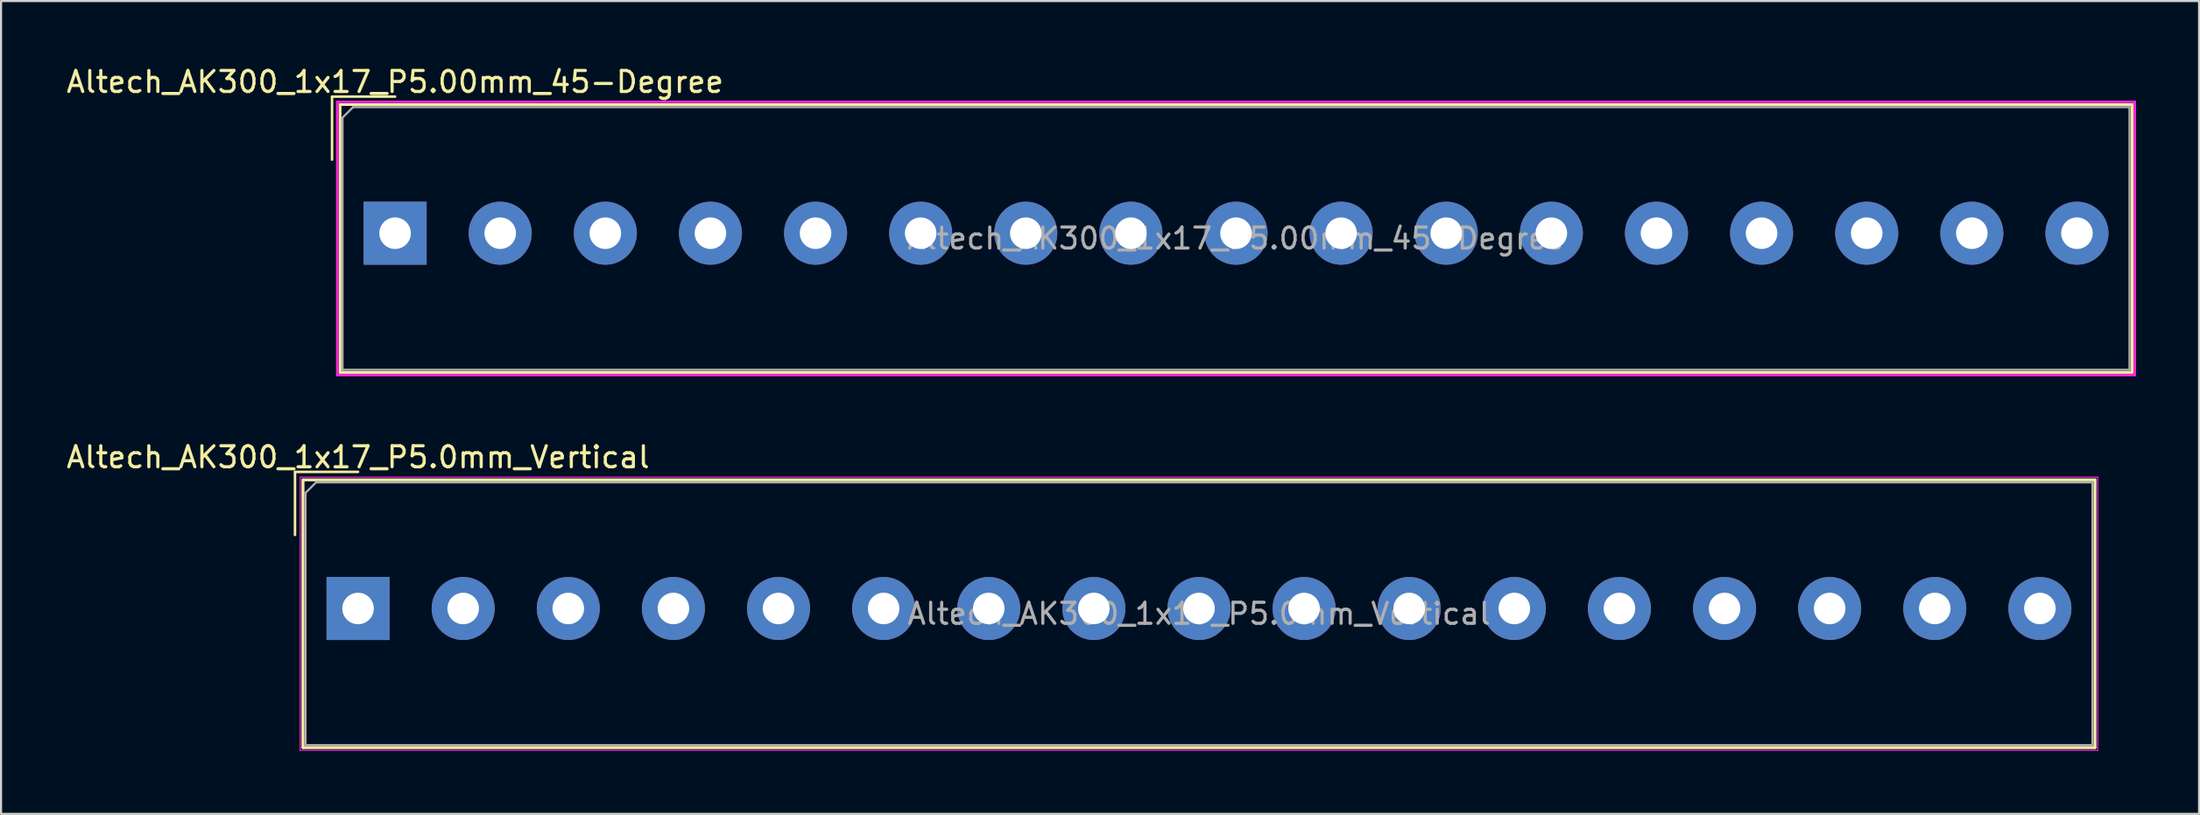
<source format=kicad_pcb>
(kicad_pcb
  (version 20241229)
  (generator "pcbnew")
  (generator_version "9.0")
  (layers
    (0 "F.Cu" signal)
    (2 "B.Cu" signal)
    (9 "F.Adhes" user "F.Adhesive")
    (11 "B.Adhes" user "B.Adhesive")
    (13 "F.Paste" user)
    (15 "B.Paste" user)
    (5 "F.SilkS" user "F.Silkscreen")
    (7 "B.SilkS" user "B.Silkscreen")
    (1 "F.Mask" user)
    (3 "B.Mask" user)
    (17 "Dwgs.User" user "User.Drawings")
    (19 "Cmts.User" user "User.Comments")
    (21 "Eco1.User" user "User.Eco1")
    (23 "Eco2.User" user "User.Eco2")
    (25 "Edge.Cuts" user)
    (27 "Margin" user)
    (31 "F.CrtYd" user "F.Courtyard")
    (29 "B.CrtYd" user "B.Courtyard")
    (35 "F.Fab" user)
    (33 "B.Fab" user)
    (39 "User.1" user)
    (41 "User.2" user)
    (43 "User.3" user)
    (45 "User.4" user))
  (footprint "Altech_AK300_1x17_P5.0mm_Vertical"
    (layer "F.Cu")
    (at 13.982 25.907)
    (property "Reference" "Altech_AK300_1x17_P5.0mm_Vertical" (at 0 -7.2 0) (layer "F.SilkS") (effects (font (size 1 1) (thickness 0.15))))
    (attr through_hole)
    (fp_line (start -3 -6.5) (end 0 -6.5) (stroke (width 0.12) (type solid)) (layer "F.SilkS"))
    (fp_line (start -3 -3.5) (end -3 -6.5) (stroke (width 0.12) (type solid)) (layer "F.SilkS"))
    (fp_line (start -2.62 -6.12) (end -2.62 6.62) (stroke (width 0.12) (type solid)) (layer "F.SilkS"))
    (fp_line (start -2.62 -6.12) (end -2.62 6.62) (stroke (width 0.12) (type solid)) (layer "F.SilkS"))
    (fp_line (start -2.62 -6.12) (end 82.62 -6.12) (stroke (width 0.12) (type solid)) (layer "F.SilkS"))
    (fp_line (start -2.62 -6.12) (end 82.62 -6.12) (stroke (width 0.12) (type solid)) (layer "F.SilkS"))
    (fp_line (start -2.62 6.62) (end 82.62 6.62) (stroke (width 0.12) (type solid)) (layer "F.SilkS"))
    (fp_line (start -2.62 6.62) (end 82.62 6.62) (stroke (width 0.12) (type solid)) (layer "F.SilkS"))
    (fp_line (start 82.62 -6.12) (end 82.62 6.62) (stroke (width 0.12) (type solid)) (layer "F.SilkS"))
    (fp_line (start 82.62 -6.12) (end 82.62 6.62) (stroke (width 0.12) (type solid)) (layer "F.SilkS"))
    (fp_line (start -2.75 -6.25) (end -2.75 6.75) (stroke (width 0.05) (type solid)) (layer "F.CrtYd"))
    (fp_line (start -2.75 -6.25) (end 82.75 -6.25) (stroke (width 0.05) (type solid)) (layer "F.CrtYd"))
    (fp_line (start -2.75 6.75) (end 82.75 6.75) (stroke (width 0.05) (type solid)) (layer "F.CrtYd"))
    (fp_line (start 82.75 -6.25) (end 82.75 6.75) (stroke (width 0.05) (type solid)) (layer "F.CrtYd"))
    (fp_line (start -2.5 -5.5) (end -2 -6) (stroke (width 0.1) (type solid)) (layer "F.Fab"))
    (fp_line (start -2.5 6.5) (end -2.5 -5.5) (stroke (width 0.1) (type solid)) (layer "F.Fab"))
    (fp_line (start -2 -6) (end 82.5 -6) (stroke (width 0.1) (type solid)) (layer "F.Fab"))
    (fp_line (start 82.5 -6) (end 82.5 6.5) (stroke (width 0.1) (type solid)) (layer "F.Fab"))
    (fp_line (start 82.5 6.5) (end -2.5 6.5) (stroke (width 0.1) (type solid)) (layer "F.Fab"))
    (fp_text user "${REFERENCE}" (at 40 0.25 0) (layer "F.Fab") (effects (font (size 1 1) (thickness 0.15))))
    (pad "1" thru_hole rect (at 0 0) (size 3 3) (drill 1.5) (layers "*.Cu" "*.Mask"))
    (pad "2" thru_hole circle (at 5 0) (size 3 3) (drill 1.5) (layers "*.Cu" "*.Mask"))
    (pad "3" thru_hole circle (at 10 0) (size 3 3) (drill 1.5) (layers "*.Cu" "*.Mask"))
    (pad "4" thru_hole circle (at 15 0) (size 3 3) (drill 1.5) (layers "*.Cu" "*.Mask"))
    (pad "5" thru_hole circle (at 20 0) (size 3 3) (drill 1.5) (layers "*.Cu" "*.Mask"))
    (pad "6" thru_hole circle (at 25 0) (size 3 3) (drill 1.5) (layers "*.Cu" "*.Mask"))
    (pad "7" thru_hole circle (at 30 0) (size 3 3) (drill 1.5) (layers "*.Cu" "*.Mask"))
    (pad "8" thru_hole circle (at 35 0) (size 3 3) (drill 1.5) (layers "*.Cu" "*.Mask"))
    (pad "9" thru_hole circle (at 40 0) (size 3 3) (drill 1.5) (layers "*.Cu" "*.Mask"))
    (pad "10" thru_hole circle (at 45 0) (size 3 3) (drill 1.5) (layers "*.Cu" "*.Mask"))
    (pad "11" thru_hole circle (at 50 0) (size 3 3) (drill 1.5) (layers "*.Cu" "*.Mask"))
    (pad "12" thru_hole circle (at 55 0) (size 3 3) (drill 1.5) (layers "*.Cu" "*.Mask"))
    (pad "13" thru_hole circle (at 60 0) (size 3 3) (drill 1.5) (layers "*.Cu" "*.Mask"))
    (pad "14" thru_hole circle (at 65 0) (size 3 3) (drill 1.5) (layers "*.Cu" "*.Mask"))
    (pad "15" thru_hole circle (at 70 0) (size 3 3) (drill 1.5) (layers "*.Cu" "*.Mask"))
    (pad "16" thru_hole circle (at 75 0) (size 3 3) (drill 1.5) (layers "*.Cu" "*.Mask"))
    (pad "17" thru_hole circle (at 80 0) (size 3 3) (drill 1.5) (layers "*.Cu" "*.Mask")))
  (footprint "Altech_AK300_1x17_P5.00mm_45-Degree"
    (layer "F.Cu")
    (at 15.744 8.048)
    (property "Reference" "Altech_AK300_1x17_P5.00mm_45-Degree" (at 0 -7.2 0) (layer "F.SilkS") (effects (font (size 1 1) (thickness 0.15))))
    (attr through_hole)
    (fp_line (start -3 -6.5) (end 0 -6.5) (stroke (width 0.12) (type solid)) (layer "F.SilkS"))
    (fp_line (start -3 -3.5) (end -3 -6.5) (stroke (width 0.12) (type solid)) (layer "F.SilkS"))
    (fp_line (start -2.62 -6.12) (end -2.62 6.62) (stroke (width 0.12) (type solid)) (layer "F.SilkS"))
    (fp_line (start -2.62 -6.12) (end -2.62 6.62) (stroke (width 0.12) (type solid)) (layer "F.SilkS"))
    (fp_line (start -2.62 -6.12) (end 82.62 -6.12) (stroke (width 0.12) (type solid)) (layer "F.SilkS"))
    (fp_line (start -2.62 -6.12) (end 82.62 -6.12) (stroke (width 0.12) (type solid)) (layer "F.SilkS"))
    (fp_line (start -2.62 6.62) (end 82.62 6.62) (stroke (width 0.12) (type solid)) (layer "F.SilkS"))
    (fp_line (start -2.62 6.62) (end 82.62 6.62) (stroke (width 0.12) (type solid)) (layer "F.SilkS"))
    (fp_line (start 82.62 -6.12) (end 82.62 6.62) (stroke (width 0.12) (type solid)) (layer "F.SilkS"))
    (fp_line (start 82.62 -6.12) (end 82.62 6.62) (stroke (width 0.12) (type solid)) (layer "F.SilkS"))
    (fp_line (start -2.75 -6.25) (end -2.75 6.75) (stroke (width 0.12) (type solid)) (layer "F.CrtYd"))
    (fp_line (start -2.75 -6.25) (end 82.75 -6.25) (stroke (width 0.12) (type solid)) (layer "F.CrtYd"))
    (fp_line (start -2.75 6.75) (end 82.75 6.75) (stroke (width 0.12) (type solid)) (layer "F.CrtYd"))
    (fp_line (start 82.75 -6.25) (end 82.75 6.75) (stroke (width 0.12) (type solid)) (layer "F.CrtYd"))
    (fp_line (start -2.5 -5.5) (end -2 -6) (stroke (width 0.1) (type solid)) (layer "F.Fab"))
    (fp_line (start -2.5 6.5) (end -2.5 -5.5) (stroke (width 0.1) (type solid)) (layer "F.Fab"))
    (fp_line (start -2 -6) (end 82.5 -6) (stroke (width 0.1) (type solid)) (layer "F.Fab"))
    (fp_line (start 82.5 -6) (end 82.5 6.5) (stroke (width 0.1) (type solid)) (layer "F.Fab"))
    (fp_line (start 82.5 6.5) (end -2.5 6.5) (stroke (width 0.1) (type solid)) (layer "F.Fab"))
    (fp_text user "${REFERENCE}" (at 40 0.25 0) (layer "F.Fab") (effects (font (size 1 1) (thickness 0.15))))
    (pad "1" thru_hole rect (at 0 0) (size 3 3) (drill 1.5) (layers "*.Cu" "*.Mask"))
    (pad "2" thru_hole circle (at 5 0) (size 3 3) (drill 1.5) (layers "*.Cu" "*.Mask"))
    (pad "3" thru_hole circle (at 10 0) (size 3 3) (drill 1.5) (layers "*.Cu" "*.Mask"))
    (pad "4" thru_hole circle (at 15 0) (size 3 3) (drill 1.5) (layers "*.Cu" "*.Mask"))
    (pad "5" thru_hole circle (at 20 0) (size 3 3) (drill 1.5) (layers "*.Cu" "*.Mask"))
    (pad "6" thru_hole circle (at 25 0) (size 3 3) (drill 1.5) (layers "*.Cu" "*.Mask"))
    (pad "7" thru_hole circle (at 30 0) (size 3 3) (drill 1.5) (layers "*.Cu" "*.Mask"))
    (pad "8" thru_hole circle (at 35 0) (size 3 3) (drill 1.5) (layers "*.Cu" "*.Mask"))
    (pad "9" thru_hole circle (at 40 0) (size 3 3) (drill 1.5) (layers "*.Cu" "*.Mask"))
    (pad "10" thru_hole circle (at 45 0) (size 3 3) (drill 1.5) (layers "*.Cu" "*.Mask"))
    (pad "11" thru_hole circle (at 50 0) (size 3 3) (drill 1.5) (layers "*.Cu" "*.Mask"))
    (pad "12" thru_hole circle (at 55 0) (size 3 3) (drill 1.5) (layers "*.Cu" "*.Mask"))
    (pad "13" thru_hole circle (at 60 0) (size 3 3) (drill 1.5) (layers "*.Cu" "*.Mask"))
    (pad "14" thru_hole circle (at 65 0) (size 3 3) (drill 1.5) (layers "*.Cu" "*.Mask"))
    (pad "15" thru_hole circle (at 70 0) (size 3 3) (drill 1.5) (layers "*.Cu" "*.Mask"))
    (pad "16" thru_hole circle (at 75 0) (size 3 3) (drill 1.5) (layers "*.Cu" "*.Mask"))
    (pad "17" thru_hole circle (at 80 0) (size 3 3) (drill 1.5) (layers "*.Cu" "*.Mask")))
  (gr_rect
    (start -3 -3)
    (end 101.554 35.681)
    (stroke (width 0.1) (type default))
    (fill no)
    (layer "Edge.Cuts")))
</source>
